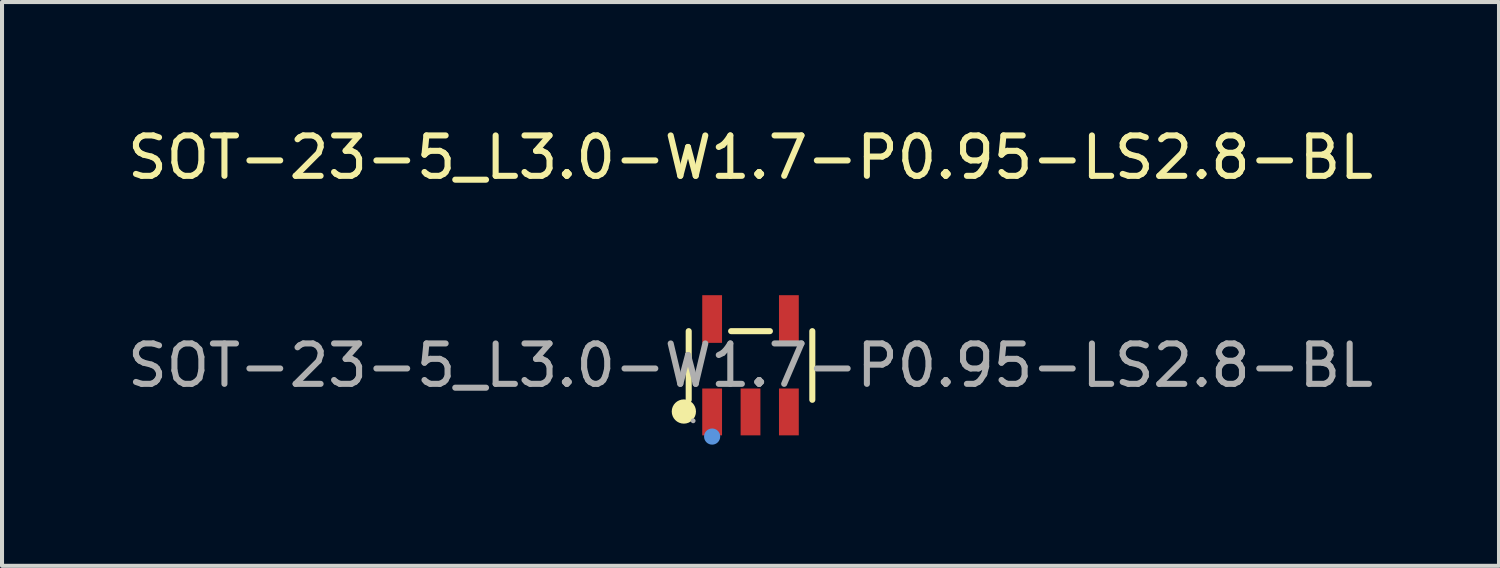
<source format=kicad_pcb>
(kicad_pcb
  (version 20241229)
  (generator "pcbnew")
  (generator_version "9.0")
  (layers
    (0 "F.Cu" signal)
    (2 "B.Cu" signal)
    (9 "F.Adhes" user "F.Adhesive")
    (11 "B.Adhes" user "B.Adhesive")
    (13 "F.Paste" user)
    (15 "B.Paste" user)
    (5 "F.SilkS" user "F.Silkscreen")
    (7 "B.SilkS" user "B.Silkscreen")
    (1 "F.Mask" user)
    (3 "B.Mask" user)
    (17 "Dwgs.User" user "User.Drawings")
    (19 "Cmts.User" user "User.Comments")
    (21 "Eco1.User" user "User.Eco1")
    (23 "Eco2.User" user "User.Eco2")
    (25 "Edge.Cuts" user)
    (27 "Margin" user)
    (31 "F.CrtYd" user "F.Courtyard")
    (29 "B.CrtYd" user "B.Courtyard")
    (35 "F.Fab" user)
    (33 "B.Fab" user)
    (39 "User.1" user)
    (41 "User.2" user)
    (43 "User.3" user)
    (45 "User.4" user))
  (footprint "SOT-23-5_L3.0-W1.7-P0.95-LS2.8-BL"
    (layer "F.Cu")
    (at 15.53 5.998)
    (property "Reference" "SOT-23-5_L3.0-W1.7-P0.95-LS2.8-BL" (at 0 -5.15 0) (layer "F.SilkS") (effects (font (size 1 1) (thickness 0.15))))
    (attr through_hole)
    (fp_line (start -1.53 0.85) (end -1.53 -0.85) (stroke (width 0.15) (type solid)) (layer "F.SilkS"))
    (fp_line (start 0.48 -0.85) (end -0.48 -0.85) (stroke (width 0.15) (type solid)) (layer "F.SilkS"))
    (fp_line (start 1.53 0.85) (end 1.53 -0.85) (stroke (width 0.15) (type solid)) (layer "F.SilkS"))
    (fp_circle (center -1.65 1.14) (end -1.5 1.14) (stroke (width 0.3) (type solid)) (fill no) (layer "F.SilkS"))
    (fp_circle (center -0.95 1.76) (end -0.85 1.76) (stroke (width 0.2) (type solid)) (fill no) (layer "Cmts.User"))
    (fp_circle (center -1.42 1.37) (end -1.39 1.37) (stroke (width 0.06) (type solid)) (fill no) (layer "F.Fab"))
    (fp_text user "${REFERENCE}" (at 0 0 0) (layer "F.Fab") (effects (font (size 1 1) (thickness 0.15))))
    (pad "1" smd rect (at -0.95 1.15) (size 0.49 1.16) (layers "F.Cu" "F.Mask" "F.Paste"))
    (pad "2" smd rect (at 0 1.15) (size 0.49 1.16) (layers "F.Cu" "F.Mask" "F.Paste"))
    (pad "3" smd rect (at 0.95 1.15) (size 0.49 1.16) (layers "F.Cu" "F.Mask" "F.Paste"))
    (pad "4" smd rect (at 0.95 -1.15) (size 0.49 1.18) (layers "F.Cu" "F.Mask" "F.Paste"))
    (pad "5" smd rect (at -0.95 -1.15) (size 0.49 1.18) (layers "F.Cu" "F.Mask" "F.Paste")))
  (gr_rect
    (start -3 -3)
    (end 34.06 10.958)
    (stroke (width 0.1) (type default))
    (fill no)
    (layer "Edge.Cuts")))
</source>
